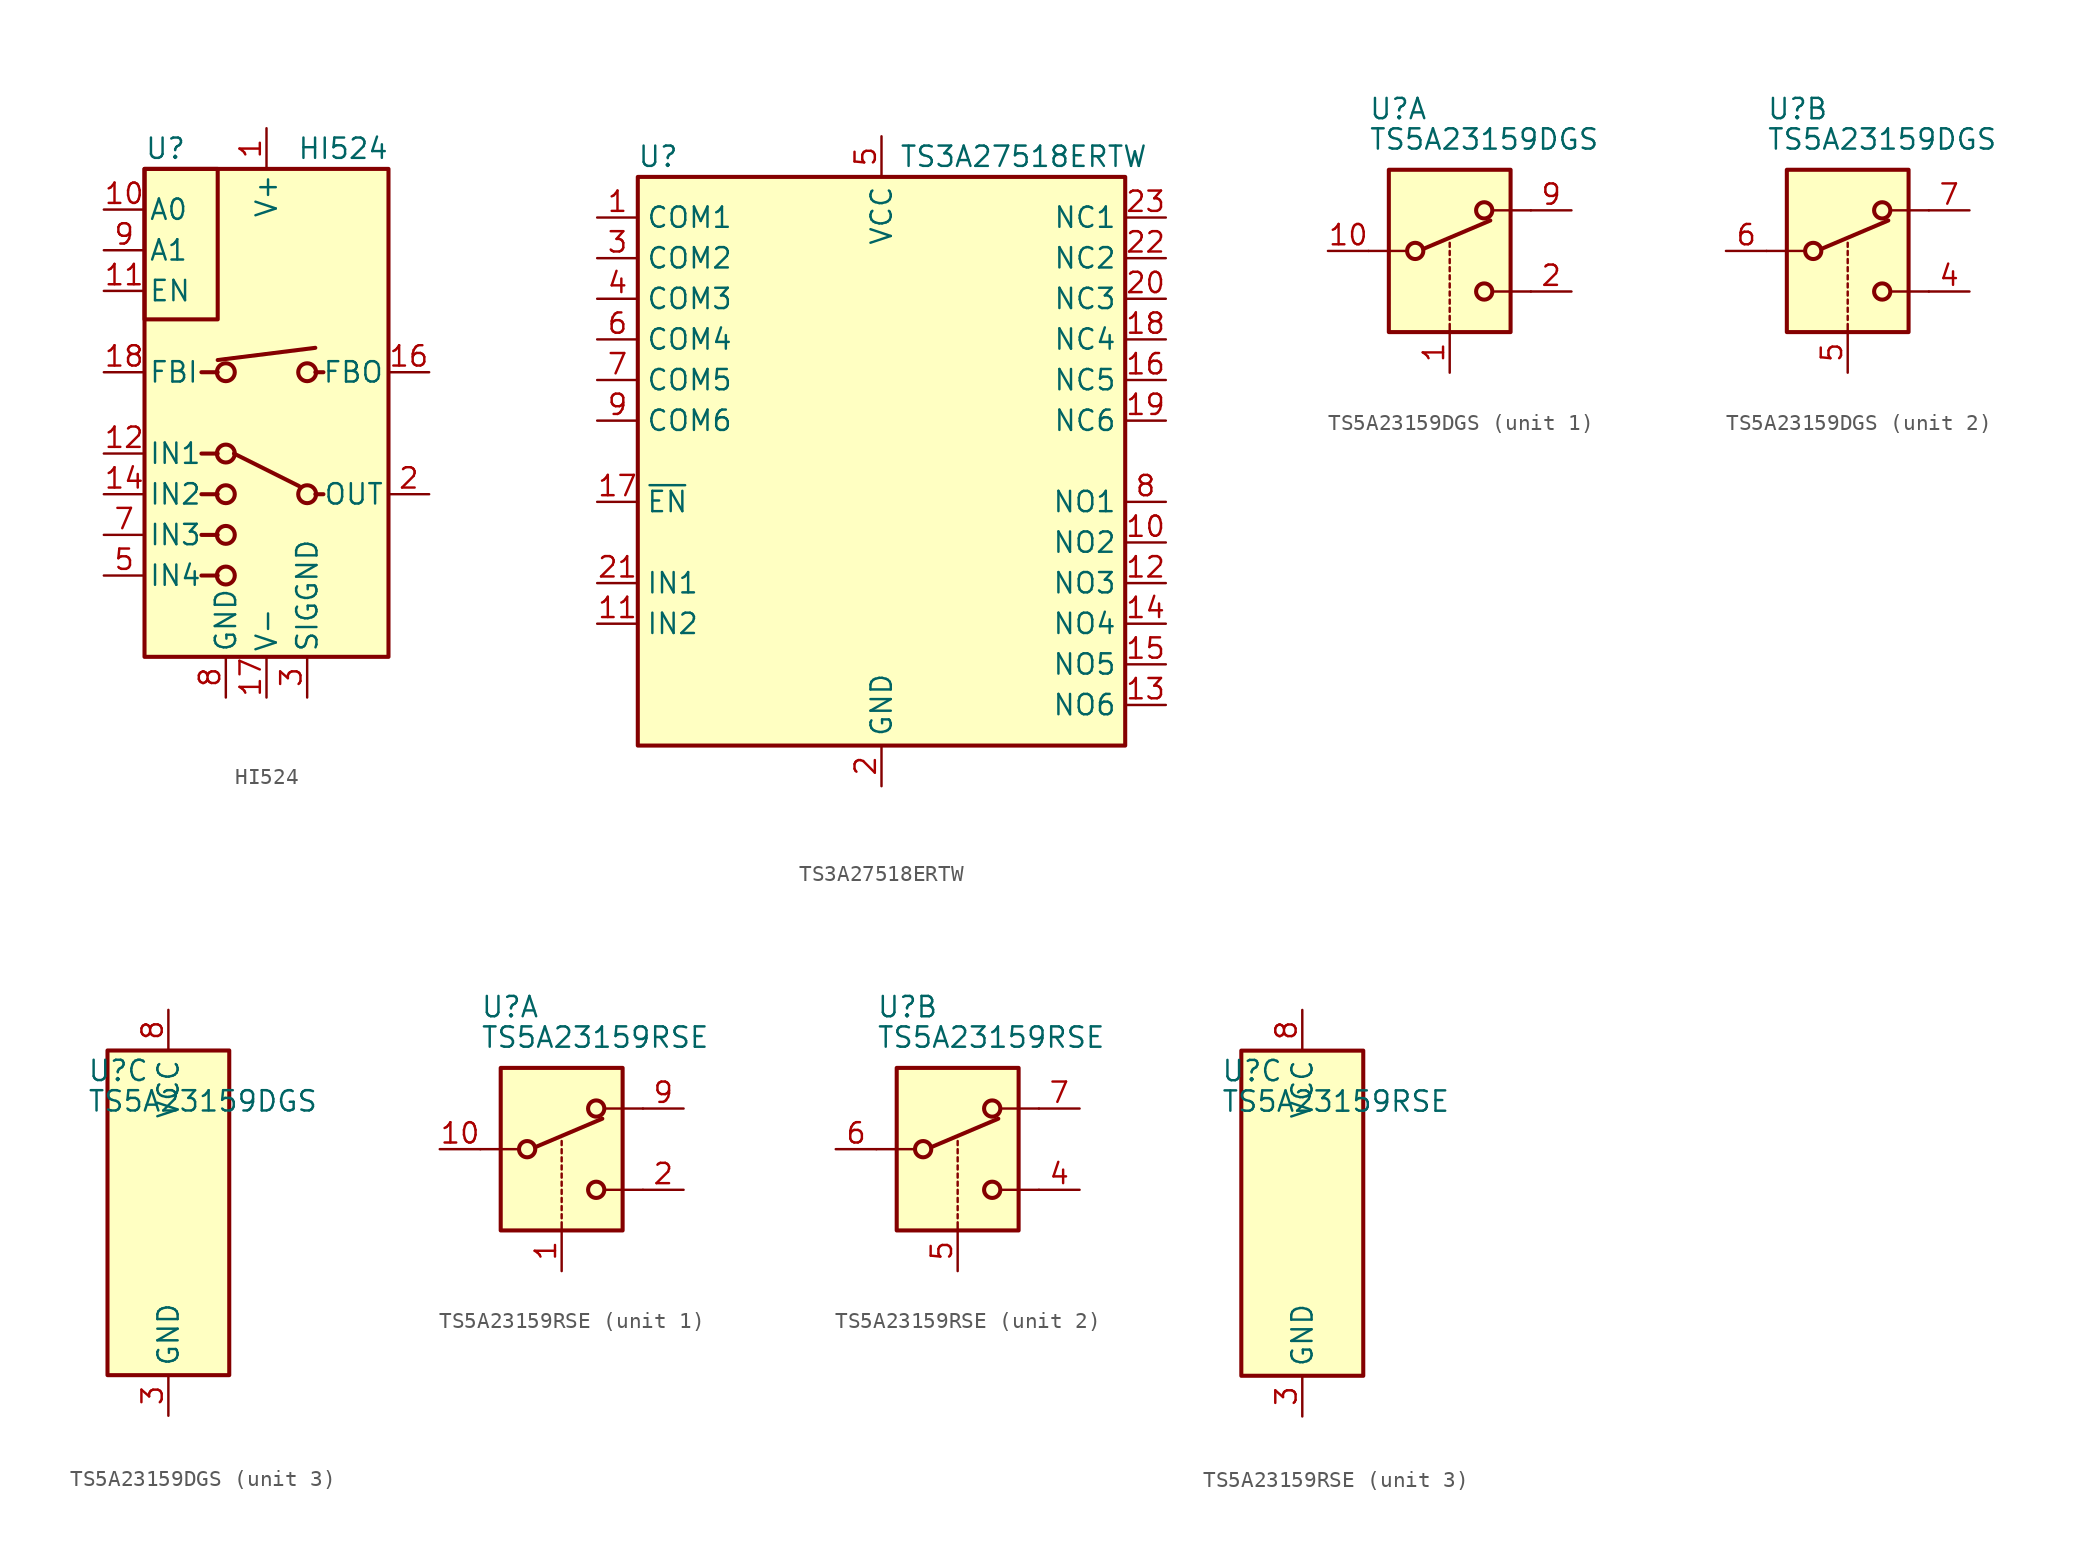
<source format=kicad_sym>
(kicad_symbol_lib
  (version 20201005)
  (generator kicad_symbol_editor)
  (symbol "HI524"
    (pin_names
      (offset 0.254))
    (property "Reference" "U"
      (at -7.62 16.51 0)
      (effects (font (size 1.27 1.27)) (justify left)))
    (property "Value" "HI524"
      (at 1.905 16.51 0)
      (effects (font (size 1.27 1.27)) (justify left)))
    (symbol "HI524_0_1"
      (circle (center -2.54 -10.16) (radius 0.559) (stroke (width 0.254)) (fill (type none)))
      (circle (center -2.54 -7.62) (radius 0.559) (stroke (width 0.254)) (fill (type none)))
      (circle (center -2.54 -5.08) (radius 0.559) (stroke (width 0.254)) (fill (type none)))
      (circle (center -2.54 -2.54) (radius 0.559) (stroke (width 0.254)) (fill (type none)))
      (circle (center -2.54 2.54) (radius 0.559) (stroke (width 0.254)) (fill (type none)))
      (circle (center 2.54 -5.08) (radius 0.559) (stroke (width 0.254)) (fill (type none)))
      (circle (center 2.54 2.54) (radius 0.559) (stroke (width 0.254)) (fill (type none)))
      (rectangle (start -7.62 5.842) (end -3.048 15.24) (stroke (width 0.254)) (fill (type none)))
      (rectangle (start -7.62 -15.24) (end 7.62 15.24) (stroke (width 0.254)) (fill (type background)))
      (polyline (pts (xy -4.064 -10.16) (xy -3.048 -10.16)) (stroke (width 0.254)) (fill (type none)))
      (polyline (pts (xy -4.064 -5.08) (xy -3.048 -5.08)) (stroke (width 0.254)) (fill (type none)))
      (polyline (pts (xy -3.048 -7.62) (xy -4.064 -7.62)) (stroke (width 0.254)) (fill (type none)))
      (polyline (pts (xy -3.048 -2.54) (xy -4.064 -2.54)) (stroke (width 0.254)) (fill (type none)))
      (polyline (pts (xy -3.048 2.54) (xy -4.064 2.54)) (stroke (width 0.254)) (fill (type none)))
      (polyline (pts (xy -3.048 3.302) (xy 3.048 4.064)) (stroke (width 0.254)) (fill (type none)))
      (polyline (pts (xy 2.032 -4.572) (xy -2.032 -2.54)) (stroke (width 0.254)) (fill (type none)))
      (polyline (pts (xy 3.048 -5.08) (xy 3.556 -5.08)) (stroke (width 0.254)) (fill (type none)))
      (polyline (pts (xy 3.048 2.54) (xy 3.556 2.54)) (stroke (width 0.254)) (fill (type none))))
    (symbol "HI524_1_1"
      (pin power_in line (at 0 17.78 270) (length 2.54) (name "V+" (effects (font (size 1.27 1.27)))) (number "1" (effects (font (size 1.27 1.27)))))
      (pin input line (at -10.16 12.7 0) (length 2.54) (name "A0" (effects (font (size 1.27 1.27)))) (number "10" (effects (font (size 1.27 1.27)))))
      (pin input line (at -10.16 7.62 0) (length 2.54) (name "EN" (effects (font (size 1.27 1.27)))) (number "11" (effects (font (size 1.27 1.27)))))
      (pin input line (at -10.16 -2.54 0) (length 2.54) (name "IN1" (effects (font (size 1.27 1.27)))) (number "12" (effects (font (size 1.27 1.27)))))
      (pin passive line (at 2.54 -17.78 90) (length 2.54) hide (name "SIGGND" (effects (font (size 1.27 1.27)))) (number "13" (effects (font (size 1.27 1.27)))))
      (pin input line (at -10.16 -5.08 0) (length 2.54) (name "IN2" (effects (font (size 1.27 1.27)))) (number "14" (effects (font (size 1.27 1.27)))))
      (pin passive line (at 2.54 -17.78 90) (length 2.54) hide (name "SIGGND" (effects (font (size 1.27 1.27)))) (number "15" (effects (font (size 1.27 1.27)))))
      (pin output line (at 10.16 2.54 180) (length 2.54) (name "FBO" (effects (font (size 1.27 1.27)))) (number "16" (effects (font (size 1.27 1.27)))))
      (pin power_in line (at 0 -17.78 90) (length 2.54) (name "V-" (effects (font (size 1.27 1.27)))) (number "17" (effects (font (size 1.27 1.27)))))
      (pin input line (at -10.16 2.54 0) (length 2.54) (name "FBI" (effects (font (size 1.27 1.27)))) (number "18" (effects (font (size 1.27 1.27)))))
      (pin output line (at 10.16 -5.08 180) (length 2.54) (name "OUT" (effects (font (size 1.27 1.27)))) (number "2" (effects (font (size 1.27 1.27)))))
      (pin power_in line (at 2.54 -17.78 90) (length 2.54) (name "SIGGND" (effects (font (size 1.27 1.27)))) (number "3" (effects (font (size 1.27 1.27)))))
      (pin passive line (at 2.54 -17.78 90) (length 2.54) hide (name "SIGGND" (effects (font (size 1.27 1.27)))) (number "4" (effects (font (size 1.27 1.27)))))
      (pin input line (at -10.16 -10.16 0) (length 2.54) (name "IN4" (effects (font (size 1.27 1.27)))) (number "5" (effects (font (size 1.27 1.27)))))
      (pin passive line (at 2.54 -17.78 90) (length 2.54) hide (name "SIGGND" (effects (font (size 1.27 1.27)))) (number "6" (effects (font (size 1.27 1.27)))))
      (pin input line (at -10.16 -7.62 0) (length 2.54) (name "IN3" (effects (font (size 1.27 1.27)))) (number "7" (effects (font (size 1.27 1.27)))))
      (pin power_in line (at -2.54 -17.78 90) (length 2.54) (name "GND" (effects (font (size 1.27 1.27)))) (number "8" (effects (font (size 1.27 1.27)))))
      (pin input line (at -10.16 10.16 0) (length 2.54) (name "A1" (effects (font (size 1.27 1.27)))) (number "9" (effects (font (size 1.27 1.27)))))))
  (symbol "TS3A27518ERTW"
    (property "Reference" "U"
      (at -13.97 19.05 0)
      (effects (font (size 1.27 1.27))))
    (property "Value" "TS3A27518ERTW"
      (at 8.89 19.05 0)
      (effects (font (size 1.27 1.27))))
    (symbol "TS3A27518ERTW_0_1"
      (rectangle (start 15.24 -17.78) (end -15.24 17.78) (stroke (width 0.254)) (fill (type background))))
    (symbol "TS3A27518ERTW_1_1"
      (pin bidirectional line (at -17.78 15.24 0) (length 2.54) (name "COM1" (effects (font (size 1.27 1.27)))) (number "1" (effects (font (size 1.27 1.27)))))
      (pin bidirectional line (at 17.78 -5.08 180) (length 2.54) (name "NO2" (effects (font (size 1.27 1.27)))) (number "10" (effects (font (size 1.27 1.27)))))
      (pin input line (at -17.78 -10.16 0) (length 2.54) (name "IN2" (effects (font (size 1.27 1.27)))) (number "11" (effects (font (size 1.27 1.27)))))
      (pin bidirectional line (at 17.78 -7.62 180) (length 2.54) (name "NO3" (effects (font (size 1.27 1.27)))) (number "12" (effects (font (size 1.27 1.27)))))
      (pin bidirectional line (at 17.78 -15.24 180) (length 2.54) (name "NO6" (effects (font (size 1.27 1.27)))) (number "13" (effects (font (size 1.27 1.27)))))
      (pin bidirectional line (at 17.78 -10.16 180) (length 2.54) (name "NO4" (effects (font (size 1.27 1.27)))) (number "14" (effects (font (size 1.27 1.27)))))
      (pin bidirectional line (at 17.78 -12.7 180) (length 2.54) (name "NO5" (effects (font (size 1.27 1.27)))) (number "15" (effects (font (size 1.27 1.27)))))
      (pin bidirectional line (at 17.78 5.08 180) (length 2.54) (name "NC5" (effects (font (size 1.27 1.27)))) (number "16" (effects (font (size 1.27 1.27)))))
      (pin input line (at -17.78 -2.54 0) (length 2.54) (name "~EN" (effects (font (size 1.27 1.27)))) (number "17" (effects (font (size 1.27 1.27)))))
      (pin bidirectional line (at 17.78 7.62 180) (length 2.54) (name "NC4" (effects (font (size 1.27 1.27)))) (number "18" (effects (font (size 1.27 1.27)))))
      (pin bidirectional line (at 17.78 2.54 180) (length 2.54) (name "NC6" (effects (font (size 1.27 1.27)))) (number "19" (effects (font (size 1.27 1.27)))))
      (pin power_in line (at 0 -20.32 90) (length 2.54) (name "GND" (effects (font (size 1.27 1.27)))) (number "2" (effects (font (size 1.27 1.27)))))
      (pin bidirectional line (at 17.78 10.16 180) (length 2.54) (name "NC3" (effects (font (size 1.27 1.27)))) (number "20" (effects (font (size 1.27 1.27)))))
      (pin input line (at -17.78 -7.62 0) (length 2.54) (name "IN1" (effects (font (size 1.27 1.27)))) (number "21" (effects (font (size 1.27 1.27)))))
      (pin bidirectional line (at 17.78 12.7 180) (length 2.54) (name "NC2" (effects (font (size 1.27 1.27)))) (number "22" (effects (font (size 1.27 1.27)))))
      (pin bidirectional line (at 17.78 15.24 180) (length 2.54) (name "NC1" (effects (font (size 1.27 1.27)))) (number "23" (effects (font (size 1.27 1.27)))))
      (pin no_connect line (at -15.24 -15.24 0) (length 2.54) hide (name "N.C." (effects (font (size 1.27 1.27)))) (number "24" (effects (font (size 1.27 1.27)))))
      (pin passive line (at 0 -20.32 90) (length 2.54) hide (name "GND" (effects (font (size 1.27 1.27)))) (number "25" (effects (font (size 1.27 1.27)))))
      (pin bidirectional line (at -17.78 12.7 0) (length 2.54) (name "COM2" (effects (font (size 1.27 1.27)))) (number "3" (effects (font (size 1.27 1.27)))))
      (pin bidirectional line (at -17.78 10.16 0) (length 2.54) (name "COM3" (effects (font (size 1.27 1.27)))) (number "4" (effects (font (size 1.27 1.27)))))
      (pin power_in line (at 0 20.32 270) (length 2.54) (name "VCC" (effects (font (size 1.27 1.27)))) (number "5" (effects (font (size 1.27 1.27)))))
      (pin bidirectional line (at -17.78 7.62 0) (length 2.54) (name "COM4" (effects (font (size 1.27 1.27)))) (number "6" (effects (font (size 1.27 1.27)))))
      (pin bidirectional line (at -17.78 5.08 0) (length 2.54) (name "COM5" (effects (font (size 1.27 1.27)))) (number "7" (effects (font (size 1.27 1.27)))))
      (pin bidirectional line (at 17.78 -2.54 180) (length 2.54) (name "NO1" (effects (font (size 1.27 1.27)))) (number "8" (effects (font (size 1.27 1.27)))))
      (pin bidirectional line (at -17.78 2.54 0) (length 2.54) (name "COM6" (effects (font (size 1.27 1.27)))) (number "9" (effects (font (size 1.27 1.27)))))))
  (symbol "TS5A23159DGS"
    (property "Reference" "U"
      (at -5.08 8.89 0)
      (effects (font (size 1.27 1.27)) (justify left)))
    (property "Value" "TS5A23159DGS"
      (at -5.08 6.985 0)
      (effects (font (size 1.27 1.27)) (justify left)))
    (property "ki_locked" ""
      (at 0 0 0)
      (effects (font (size 1.27 1.27))))
    (symbol "TS5A23159DGS_1_1"
      (circle (center -2.159 0) (radius 0.508) (stroke (width 0.254)) (fill (type none)))
      (circle (center 2.159 -2.54) (radius 0.508) (stroke (width 0.254)) (fill (type none)))
      (circle (center 2.159 2.54) (radius 0.508) (stroke (width 0.254)) (fill (type none)))
      (rectangle (start -3.81 5.08) (end 3.81 -5.08) (stroke (width 0.254)) (fill (type background)))
      (polyline (pts (xy -5.08 0) (xy -2.794 0)) (stroke (width 0)) (fill (type none)))
      (polyline (pts (xy -1.651 0.127) (xy 2.54 1.905)) (stroke (width 0.254)) (fill (type none)))
      (polyline (pts (xy 0 -5.08) (xy 0 -4.572)) (stroke (width 0)) (fill (type none)))
      (polyline (pts (xy 0 -4.318) (xy 0 -4.064)) (stroke (width 0)) (fill (type none)))
      (polyline (pts (xy 0 -3.81) (xy 0 -3.556)) (stroke (width 0)) (fill (type none)))
      (polyline (pts (xy 0 -3.302) (xy 0 -3.048)) (stroke (width 0)) (fill (type none)))
      (polyline (pts (xy 0 -2.794) (xy 0 -2.54)) (stroke (width 0)) (fill (type none)))
      (polyline (pts (xy 0 -2.286) (xy 0 -2.032)) (stroke (width 0)) (fill (type none)))
      (polyline (pts (xy 0 -1.778) (xy 0 -1.524)) (stroke (width 0)) (fill (type none)))
      (polyline (pts (xy 0 -1.27) (xy 0 -1.016)) (stroke (width 0)) (fill (type none)))
      (polyline (pts (xy 0 -0.762) (xy 0 -0.508)) (stroke (width 0)) (fill (type none)))
      (polyline (pts (xy 0 -0.254) (xy 0 0)) (stroke (width 0)) (fill (type none)))
      (polyline (pts (xy 0 0.254) (xy 0 0.508)) (stroke (width 0)) (fill (type none)))
      (polyline (pts (xy 5.08 -2.54) (xy 2.794 -2.54)) (stroke (width 0)) (fill (type none)))
      (polyline (pts (xy 5.08 2.54) (xy 2.794 2.54)) (stroke (width 0)) (fill (type none)))
      (pin input line (at 0 -7.62 90) (length 2.54) (name "~" (effects (font (size 1.27 1.27)))) (number "1" (effects (font (size 1.27 1.27)))))
      (pin passive line (at -7.62 0 0) (length 2.54) (name "~" (effects (font (size 1.27 1.27)))) (number "10" (effects (font (size 1.27 1.27)))))
      (pin passive line (at 7.62 -2.54 180) (length 2.54) (name "~" (effects (font (size 1.27 1.27)))) (number "2" (effects (font (size 1.27 1.27)))))
      (pin passive line (at 7.62 2.54 180) (length 2.54) (name "~" (effects (font (size 1.27 1.27)))) (number "9" (effects (font (size 1.27 1.27))))))
    (symbol "TS5A23159DGS_2_1"
      (circle (center -2.159 0) (radius 0.508) (stroke (width 0.254)) (fill (type none)))
      (circle (center 2.159 -2.54) (radius 0.508) (stroke (width 0.254)) (fill (type none)))
      (circle (center 2.159 2.54) (radius 0.508) (stroke (width 0.254)) (fill (type none)))
      (rectangle (start -3.81 5.08) (end 3.81 -5.08) (stroke (width 0.254)) (fill (type background)))
      (polyline (pts (xy -5.08 0) (xy -2.794 0)) (stroke (width 0)) (fill (type none)))
      (polyline (pts (xy -1.651 0.127) (xy 2.54 1.905)) (stroke (width 0.254)) (fill (type none)))
      (polyline (pts (xy 0 -5.08) (xy 0 -4.572)) (stroke (width 0)) (fill (type none)))
      (polyline (pts (xy 0 -4.318) (xy 0 -4.064)) (stroke (width 0)) (fill (type none)))
      (polyline (pts (xy 0 -3.81) (xy 0 -3.556)) (stroke (width 0)) (fill (type none)))
      (polyline (pts (xy 0 -3.302) (xy 0 -3.048)) (stroke (width 0)) (fill (type none)))
      (polyline (pts (xy 0 -2.794) (xy 0 -2.54)) (stroke (width 0)) (fill (type none)))
      (polyline (pts (xy 0 -2.286) (xy 0 -2.032)) (stroke (width 0)) (fill (type none)))
      (polyline (pts (xy 0 -1.778) (xy 0 -1.524)) (stroke (width 0)) (fill (type none)))
      (polyline (pts (xy 0 -1.27) (xy 0 -1.016)) (stroke (width 0)) (fill (type none)))
      (polyline (pts (xy 0 -0.762) (xy 0 -0.508)) (stroke (width 0)) (fill (type none)))
      (polyline (pts (xy 0 -0.254) (xy 0 0)) (stroke (width 0)) (fill (type none)))
      (polyline (pts (xy 0 0.254) (xy 0 0.508)) (stroke (width 0)) (fill (type none)))
      (polyline (pts (xy 5.08 -2.54) (xy 2.794 -2.54)) (stroke (width 0)) (fill (type none)))
      (polyline (pts (xy 5.08 2.54) (xy 2.794 2.54)) (stroke (width 0)) (fill (type none)))
      (pin passive line (at 7.62 -2.54 180) (length 2.54) (name "~" (effects (font (size 1.27 1.27)))) (number "4" (effects (font (size 1.27 1.27)))))
      (pin input line (at 0 -7.62 90) (length 2.54) (name "~" (effects (font (size 1.27 1.27)))) (number "5" (effects (font (size 1.27 1.27)))))
      (pin passive line (at -7.62 0 0) (length 2.54) (name "~" (effects (font (size 1.27 1.27)))) (number "6" (effects (font (size 1.27 1.27)))))
      (pin passive line (at 7.62 2.54 180) (length 2.54) (name "~" (effects (font (size 1.27 1.27)))) (number "7" (effects (font (size 1.27 1.27))))))
    (symbol "TS5A23159DGS_3_1"
      (rectangle (start -3.81 10.16) (end 3.81 -10.16) (stroke (width 0.254)) (fill (type background)))
      (pin power_in line (at 0 -12.7 90) (length 2.54) (name "GND" (effects (font (size 1.27 1.27)))) (number "3" (effects (font (size 1.27 1.27)))))
      (pin power_in line (at 0 12.7 270) (length 2.54) (name "VCC" (effects (font (size 1.27 1.27)))) (number "8" (effects (font (size 1.27 1.27)))))))
  (symbol "TS5A23159RSE"
    (property "Reference" "U"
      (at -5.08 8.89 0)
      (effects (font (size 1.27 1.27)) (justify left)))
    (property "Value" "TS5A23159RSE"
      (at -5.08 6.985 0)
      (effects (font (size 1.27 1.27)) (justify left)))
    (property "ki_locked" ""
      (at 0 0 0)
      (effects (font (size 1.27 1.27))))
    (symbol "TS5A23159RSE_1_1"
      (circle (center -2.159 0) (radius 0.508) (stroke (width 0.254)) (fill (type none)))
      (circle (center 2.159 -2.54) (radius 0.508) (stroke (width 0.254)) (fill (type none)))
      (circle (center 2.159 2.54) (radius 0.508) (stroke (width 0.254)) (fill (type none)))
      (rectangle (start -3.81 5.08) (end 3.81 -5.08) (stroke (width 0.254)) (fill (type background)))
      (polyline (pts (xy -5.08 0) (xy -2.794 0)) (stroke (width 0)) (fill (type none)))
      (polyline (pts (xy -1.651 0.127) (xy 2.54 1.905)) (stroke (width 0.254)) (fill (type none)))
      (polyline (pts (xy 0 -5.08) (xy 0 -4.572)) (stroke (width 0)) (fill (type none)))
      (polyline (pts (xy 0 -4.318) (xy 0 -4.064)) (stroke (width 0)) (fill (type none)))
      (polyline (pts (xy 0 -3.81) (xy 0 -3.556)) (stroke (width 0)) (fill (type none)))
      (polyline (pts (xy 0 -3.302) (xy 0 -3.048)) (stroke (width 0)) (fill (type none)))
      (polyline (pts (xy 0 -2.794) (xy 0 -2.54)) (stroke (width 0)) (fill (type none)))
      (polyline (pts (xy 0 -2.286) (xy 0 -2.032)) (stroke (width 0)) (fill (type none)))
      (polyline (pts (xy 0 -1.778) (xy 0 -1.524)) (stroke (width 0)) (fill (type none)))
      (polyline (pts (xy 0 -1.27) (xy 0 -1.016)) (stroke (width 0)) (fill (type none)))
      (polyline (pts (xy 0 -0.762) (xy 0 -0.508)) (stroke (width 0)) (fill (type none)))
      (polyline (pts (xy 0 -0.254) (xy 0 0)) (stroke (width 0)) (fill (type none)))
      (polyline (pts (xy 0 0.254) (xy 0 0.508)) (stroke (width 0)) (fill (type none)))
      (polyline (pts (xy 5.08 -2.54) (xy 2.794 -2.54)) (stroke (width 0)) (fill (type none)))
      (polyline (pts (xy 5.08 2.54) (xy 2.794 2.54)) (stroke (width 0)) (fill (type none)))
      (pin input line (at 0 -7.62 90) (length 2.54) (name "~" (effects (font (size 1.27 1.27)))) (number "1" (effects (font (size 1.27 1.27)))))
      (pin passive line (at -7.62 0 0) (length 2.54) (name "~" (effects (font (size 1.27 1.27)))) (number "10" (effects (font (size 1.27 1.27)))))
      (pin passive line (at 7.62 -2.54 180) (length 2.54) (name "~" (effects (font (size 1.27 1.27)))) (number "2" (effects (font (size 1.27 1.27)))))
      (pin passive line (at 7.62 2.54 180) (length 2.54) (name "~" (effects (font (size 1.27 1.27)))) (number "9" (effects (font (size 1.27 1.27))))))
    (symbol "TS5A23159RSE_2_1"
      (circle (center -2.159 0) (radius 0.508) (stroke (width 0.254)) (fill (type none)))
      (circle (center 2.159 -2.54) (radius 0.508) (stroke (width 0.254)) (fill (type none)))
      (circle (center 2.159 2.54) (radius 0.508) (stroke (width 0.254)) (fill (type none)))
      (rectangle (start -3.81 5.08) (end 3.81 -5.08) (stroke (width 0.254)) (fill (type background)))
      (polyline (pts (xy -5.08 0) (xy -2.794 0)) (stroke (width 0)) (fill (type none)))
      (polyline (pts (xy -1.651 0.127) (xy 2.54 1.905)) (stroke (width 0.254)) (fill (type none)))
      (polyline (pts (xy 0 -5.08) (xy 0 -4.572)) (stroke (width 0)) (fill (type none)))
      (polyline (pts (xy 0 -4.318) (xy 0 -4.064)) (stroke (width 0)) (fill (type none)))
      (polyline (pts (xy 0 -3.81) (xy 0 -3.556)) (stroke (width 0)) (fill (type none)))
      (polyline (pts (xy 0 -3.302) (xy 0 -3.048)) (stroke (width 0)) (fill (type none)))
      (polyline (pts (xy 0 -2.794) (xy 0 -2.54)) (stroke (width 0)) (fill (type none)))
      (polyline (pts (xy 0 -2.286) (xy 0 -2.032)) (stroke (width 0)) (fill (type none)))
      (polyline (pts (xy 0 -1.778) (xy 0 -1.524)) (stroke (width 0)) (fill (type none)))
      (polyline (pts (xy 0 -1.27) (xy 0 -1.016)) (stroke (width 0)) (fill (type none)))
      (polyline (pts (xy 0 -0.762) (xy 0 -0.508)) (stroke (width 0)) (fill (type none)))
      (polyline (pts (xy 0 -0.254) (xy 0 0)) (stroke (width 0)) (fill (type none)))
      (polyline (pts (xy 0 0.254) (xy 0 0.508)) (stroke (width 0)) (fill (type none)))
      (polyline (pts (xy 5.08 -2.54) (xy 2.794 -2.54)) (stroke (width 0)) (fill (type none)))
      (polyline (pts (xy 5.08 2.54) (xy 2.794 2.54)) (stroke (width 0)) (fill (type none)))
      (pin passive line (at 7.62 -2.54 180) (length 2.54) (name "~" (effects (font (size 1.27 1.27)))) (number "4" (effects (font (size 1.27 1.27)))))
      (pin input line (at 0 -7.62 90) (length 2.54) (name "~" (effects (font (size 1.27 1.27)))) (number "5" (effects (font (size 1.27 1.27)))))
      (pin passive line (at -7.62 0 0) (length 2.54) (name "~" (effects (font (size 1.27 1.27)))) (number "6" (effects (font (size 1.27 1.27)))))
      (pin passive line (at 7.62 2.54 180) (length 2.54) (name "~" (effects (font (size 1.27 1.27)))) (number "7" (effects (font (size 1.27 1.27))))))
    (symbol "TS5A23159RSE_3_1"
      (rectangle (start -3.81 10.16) (end 3.81 -10.16) (stroke (width 0.254)) (fill (type background)))
      (pin power_in line (at 0 -12.7 90) (length 2.54) (name "GND" (effects (font (size 1.27 1.27)))) (number "3" (effects (font (size 1.27 1.27)))))
      (pin power_in line (at 0 12.7 270) (length 2.54) (name "VCC" (effects (font (size 1.27 1.27)))) (number "8" (effects (font (size 1.27 1.27))))))))
</source>
